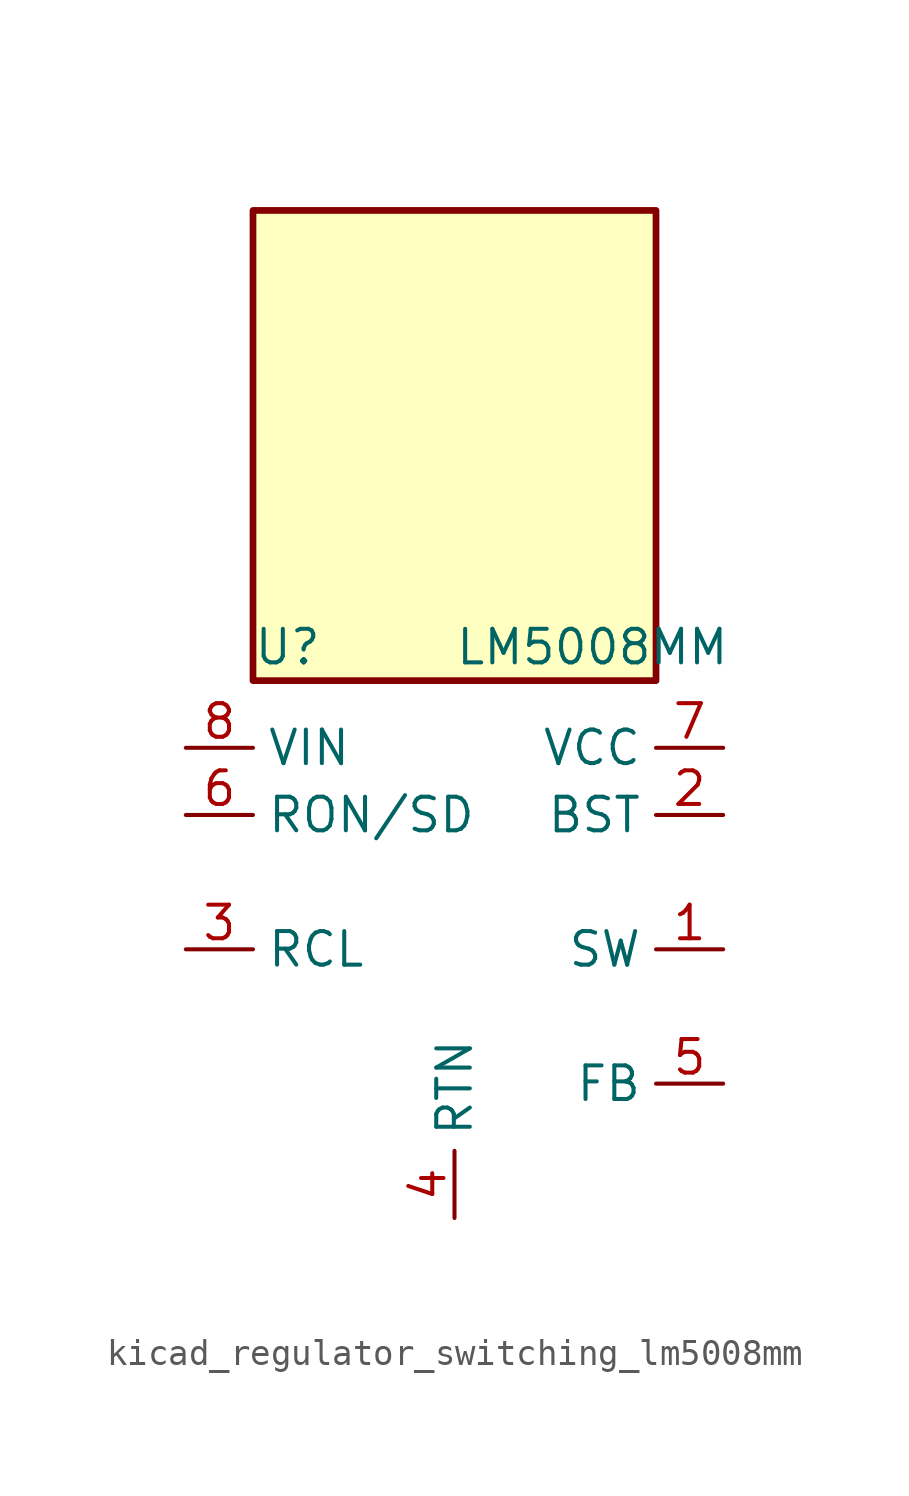
<source format=kicad_sym>
(kicad_symbol_lib
  (version 20220914)
  (generator kicad_symbol_editor)
  (symbol "kicad_regulator_switching_lm5008mm"
    (property "Reference" "U"
      (at -7.62 8.89 0)
      (effects (font (size 1.27 1.27)) (justify left)))
    (property "Value" "LM5008MM"
      (at 0 8.89 0)
      (effects (font (size 1.27 1.27)) (justify left)))
    (symbol "kicad_regulator_switching_lm5008mm_0_1"
      (rectangle (start 7.62 25.4) (end -7.62 7.62) (stroke (width 0.254) (type default)) (fill (type background))))
    (symbol "kicad_regulator_switching_lm5008mm_1_1"
      (pin output line (at 10.16 -2.54 180) (length 2.54) (name "SW" (effects (font (size 1.27 1.27)))) (number "1" (effects (font (size 1.27 1.27)))))
      (pin input line (at 10.16 2.54 180) (length 2.54) (name "BST" (effects (font (size 1.27 1.27)))) (number "2" (effects (font (size 1.27 1.27)))))
      (pin input line (at -10.16 -2.54 0) (length 2.54) (name "RCL" (effects (font (size 1.27 1.27)))) (number "3" (effects (font (size 1.27 1.27)))))
      (pin power_in line (at 0 -12.7 90) (length 2.54) (name "RTN" (effects (font (size 1.27 1.27)))) (number "4" (effects (font (size 1.27 1.27)))))
      (pin input line (at 10.16 -7.62 180) (length 2.54) (name "FB" (effects (font (size 1.27 1.27)))) (number "5" (effects (font (size 1.27 1.27)))))
      (pin input line (at -10.16 2.54 0) (length 2.54) (name "RON/SD" (effects (font (size 1.27 1.27)))) (number "6" (effects (font (size 1.27 1.27)))))
      (pin output line (at 10.16 5.08 180) (length 2.54) (name "VCC" (effects (font (size 1.27 1.27)))) (number "7" (effects (font (size 1.27 1.27)))))
      (pin power_in line (at -10.16 5.08 0) (length 2.54) (name "VIN" (effects (font (size 1.27 1.27)))) (number "8" (effects (font (size 1.27 1.27))))))))
</source>
